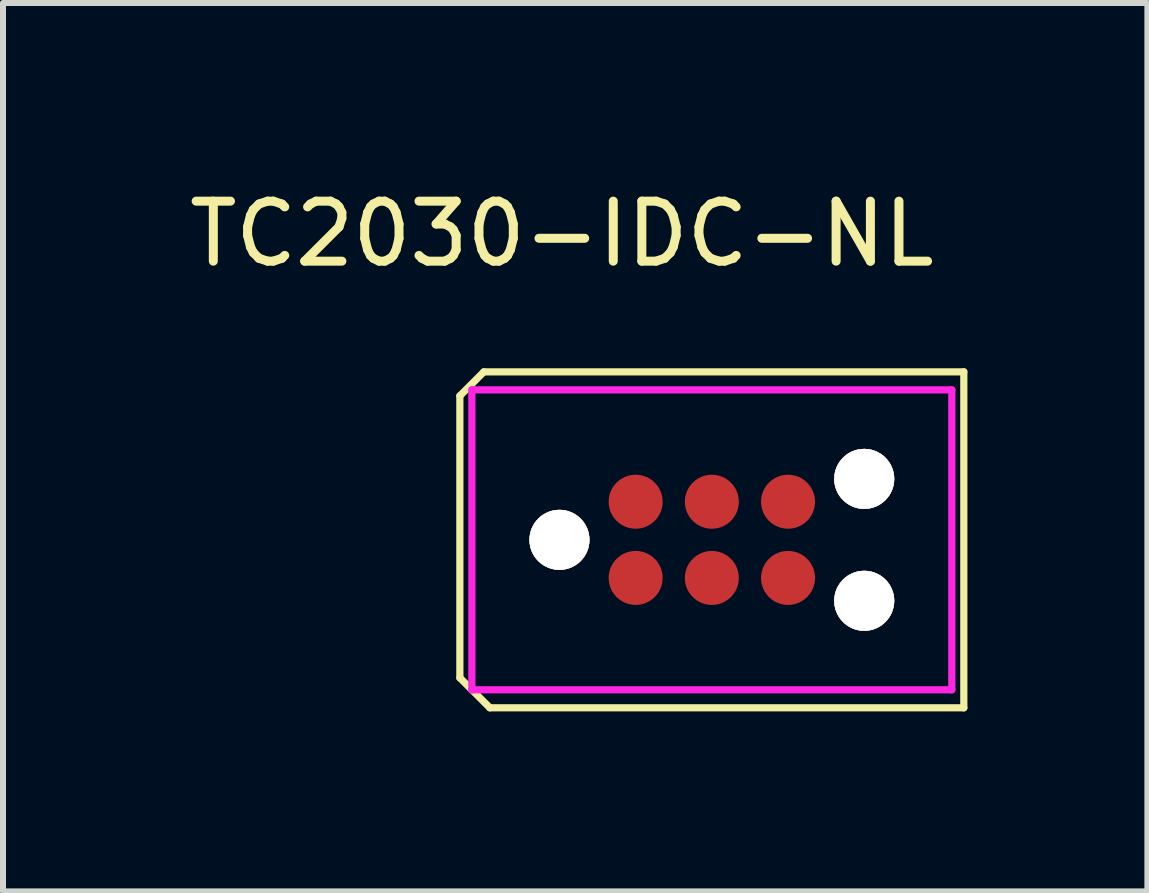
<source format=kicad_pcb>
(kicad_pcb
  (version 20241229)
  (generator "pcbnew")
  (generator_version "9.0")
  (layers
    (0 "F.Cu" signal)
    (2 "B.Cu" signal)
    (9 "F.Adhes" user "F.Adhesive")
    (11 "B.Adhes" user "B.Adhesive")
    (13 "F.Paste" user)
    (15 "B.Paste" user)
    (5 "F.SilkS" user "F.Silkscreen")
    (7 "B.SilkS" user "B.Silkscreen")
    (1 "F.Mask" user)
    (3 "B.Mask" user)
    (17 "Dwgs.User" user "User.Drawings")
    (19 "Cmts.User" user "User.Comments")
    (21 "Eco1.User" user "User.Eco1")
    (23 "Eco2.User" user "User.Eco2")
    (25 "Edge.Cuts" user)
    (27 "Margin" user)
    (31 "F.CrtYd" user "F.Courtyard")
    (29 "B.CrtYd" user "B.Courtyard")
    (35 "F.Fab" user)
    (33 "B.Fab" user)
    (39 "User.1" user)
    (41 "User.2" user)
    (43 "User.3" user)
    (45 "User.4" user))
  (footprint "TC2030-IDC-NL"
    (layer "F.Cu")
    (at 8.815 5.948)
    (property "Reference" "TC2030-IDC-NL" (at -2.5 -5.1 0) (layer "F.SilkS") (effects (font (size 1 1) (thickness 0.15))))
    (attr through_hole)
    (fp_line (start -4.2 -2.4) (end -3.8 -2.8) (stroke (width 0.12) (type solid)) (layer "F.SilkS"))
    (fp_line (start -4.2 2.3) (end -4.2 -2.4) (stroke (width 0.12) (type solid)) (layer "F.SilkS"))
    (fp_line (start -4.2 2.3) (end -3.7 2.8) (stroke (width 0.12) (type solid)) (layer "F.SilkS"))
    (fp_line (start -3.8 -2.8) (end 4.2 -2.8) (stroke (width 0.12) (type solid)) (layer "F.SilkS"))
    (fp_line (start 4.2 -2.8) (end 4.2 2.8) (stroke (width 0.12) (type solid)) (layer "F.SilkS"))
    (fp_line (start 4.2 2.8) (end -3.7 2.8) (stroke (width 0.12) (type solid)) (layer "F.SilkS"))
    (fp_line (start -4 -2.5) (end 4 -2.5) (stroke (width 0.12) (type solid)) (layer "F.CrtYd"))
    (fp_line (start -4 2.5) (end -4 -2.5) (stroke (width 0.12) (type solid)) (layer "F.CrtYd"))
    (fp_line (start 4 -2.5) (end 4 2.5) (stroke (width 0.12) (type solid)) (layer "F.CrtYd"))
    (fp_line (start 4 2.5) (end -4 2.5) (stroke (width 0.12) (type solid)) (layer "F.CrtYd"))
    (pad "1" smd circle (at 1.27 -0.635) (size 0.9 0.9) (layers "F.Cu" "F.Mask" "F.Paste"))
    (pad "2" smd circle (at 1.27 0.635) (size 0.9 0.9) (layers "F.Cu" "F.Mask" "F.Paste"))
    (pad "3" smd circle (at 0 -0.635) (size 0.9 0.9) (layers "F.Cu" "F.Mask" "F.Paste"))
    (pad "4" smd circle (at 0 0.635) (size 0.9 0.9) (layers "F.Cu" "F.Mask" "F.Paste"))
    (pad "5" smd circle (at -1.27 -0.635) (size 0.9 0.9) (layers "F.Cu" "F.Mask" "F.Paste"))
    (pad "6" smd circle (at -1.27 0.635) (size 0.9 0.9) (layers "F.Cu" "F.Mask" "F.Paste"))
    (pad "7" thru_hole circle (at 2.54 -1.016) (size 1 1) (drill 1) (layers "*.Cu" "*.SilkS"))
    (pad "8" thru_hole circle (at 2.54 1.016) (size 1 1) (drill 1) (layers "*.Cu" "*.SilkS"))
    (pad "9" thru_hole circle (at -2.54 0) (size 1 1) (drill 1) (layers "*.Cu" "*.SilkS")))
  (gr_rect
    (start -3 -3)
    (end 16.075 11.808)
    (stroke (width 0.1) (type default))
    (fill no)
    (layer "Edge.Cuts")))
</source>
